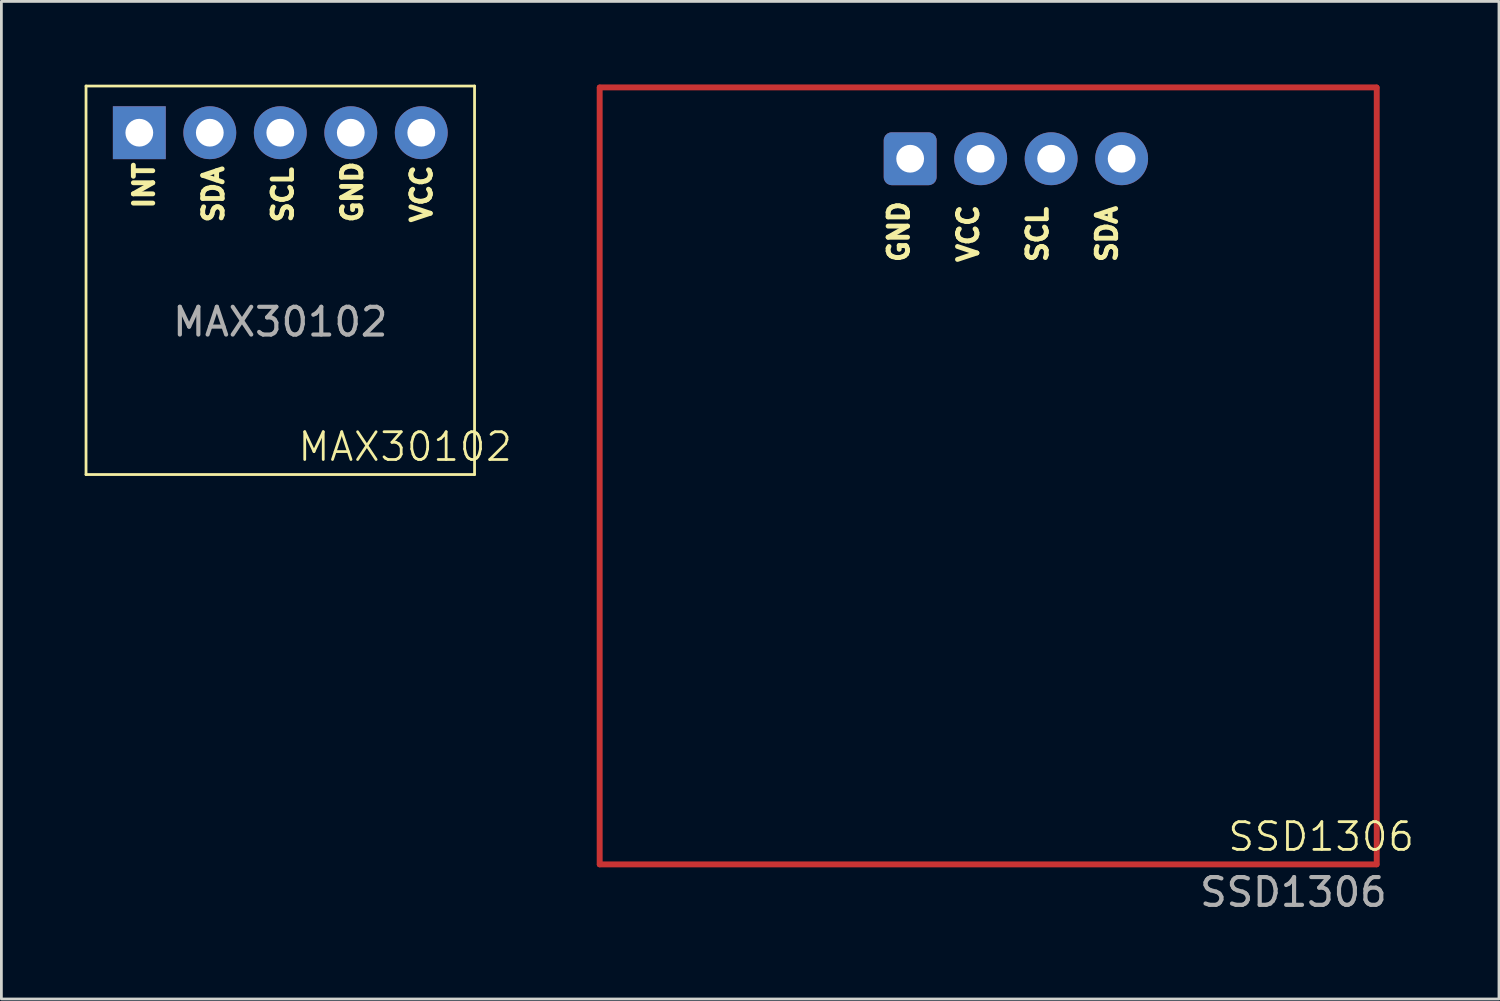
<source format=kicad_pcb>
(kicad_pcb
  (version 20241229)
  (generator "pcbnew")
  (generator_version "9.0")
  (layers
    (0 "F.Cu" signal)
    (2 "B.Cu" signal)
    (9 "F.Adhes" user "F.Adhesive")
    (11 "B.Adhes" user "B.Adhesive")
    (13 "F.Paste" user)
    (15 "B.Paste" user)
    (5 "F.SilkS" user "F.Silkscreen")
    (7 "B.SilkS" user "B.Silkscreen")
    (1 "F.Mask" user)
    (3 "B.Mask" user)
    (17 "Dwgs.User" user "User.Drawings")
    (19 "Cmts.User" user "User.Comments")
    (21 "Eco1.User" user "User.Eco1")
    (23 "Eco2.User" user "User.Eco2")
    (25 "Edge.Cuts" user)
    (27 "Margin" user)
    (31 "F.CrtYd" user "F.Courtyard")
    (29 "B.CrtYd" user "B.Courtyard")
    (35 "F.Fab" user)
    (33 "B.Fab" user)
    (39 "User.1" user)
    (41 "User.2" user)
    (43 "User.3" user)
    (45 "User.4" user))
  (footprint "SSD1306"
    (layer "F.Cu")
    (at 33.557 14.1)
    (property "Reference" "SSD1306" (at 11 13 0) (unlocked yes) (layer "F.SilkS") (effects (font (size 1 1) (thickness 0.1))))
    (attr smd)
    (fp_line (start -15 -14) (end 13 -14) (stroke (width 0.2) (type default)) (layer "F.Cu"))
    (fp_line (start -15 14) (end -15 -14) (stroke (width 0.2) (type default)) (layer "F.Cu"))
    (fp_line (start 13 -14) (end 13 14) (stroke (width 0.2) (type default)) (layer "F.Cu"))
    (fp_line (start 13 14) (end -15 14) (stroke (width 0.2) (type default)) (layer "F.Cu"))
    (fp_rect (start -15 -14) (end 13 14) (stroke (width 0.2) (type default)) (fill no) (layer "F.Cu"))
    (fp_text user "VCC" (at -1.31 -7.62 90) (unlocked yes) (layer "F.SilkS") (effects (font (size 0.7 0.7) (thickness 0.175) (bold yes)) (justify left bottom)))
    (fp_text user "GND" (at -3.81 -7.62 90) (unlocked yes) (layer "F.SilkS") (effects (font (size 0.7 0.7) (thickness 0.175) (bold yes)) (justify left bottom)))
    (fp_text user "SDA" (at 3.69 -7.62 90) (unlocked yes) (layer "F.SilkS") (effects (font (size 0.7 0.7) (thickness 0.175) (bold yes)) (justify left bottom)))
    (fp_text user "SCL" (at 1.19 -7.62 90) (unlocked yes) (layer "F.SilkS") (effects (font (size 0.7 0.7) (thickness 0.175) (bold yes)) (justify left bottom)))
    (fp_text user "${REFERENCE}" (at 10 15 0) (unlocked yes) (layer "F.Fab") (effects (font (size 1 1) (thickness 0.15))))
    (pad "1" thru_hole roundrect (at -3.81 -11.43) (size 1.905 1.905) (drill 1) (layers "*.Cu" "*.Mask") (roundrect_rratio 0.15))
    (pad "2" thru_hole circle (at -1.27 -11.43) (size 1.905 1.905) (drill 1) (layers "*.Cu" "*.Mask"))
    (pad "3" thru_hole circle (at 1.27 -11.43) (size 1.905 1.905) (drill 1) (layers "*.Cu" "*.Mask"))
    (pad "4" thru_hole circle (at 3.81 -11.43) (size 1.905 1.905) (drill 1) (layers "*.Cu" "*.Mask"))
    (zone (net_name "") (layer "F.SilkS") (hatch edge 0.5) (connect_pads) (min_thickness 0.25) (filled_areas_thickness no) (keepout (tracks allowed) (vias allowed) (pads not_allowed) (copperpour allowed) (footprints not_allowed)) (placement (enabled no)) (fill) (polygon (pts (xy 18.557 0.1) (xy 46.557 0.1) (xy 46.557 28.1) (xy 18.557 28.1)))))
  (footprint "MAX30102"
    (layer "F.Cu")
    (at 7.05 6.05)
    (property "Reference" "MAX30102" (at 4.5 7 0) (unlocked yes) (layer "F.SilkS") (effects (font (size 1 1) (thickness 0.1))))
    (attr smd)
    (fp_line (start -7 -6) (end 7 -6) (stroke (width 0.1) (type default)) (layer "F.SilkS"))
    (fp_line (start -7 8) (end -7 -6) (stroke (width 0.1) (type default)) (layer "F.SilkS"))
    (fp_line (start 7 -6) (end 7 8) (stroke (width 0.1) (type default)) (layer "F.SilkS"))
    (fp_line (start 7 8) (end -7 8) (stroke (width 0.1) (type default)) (layer "F.SilkS"))
    (fp_text user "INT" (at -4.5 -1.5 90) (unlocked yes) (layer "F.SilkS") (effects (font (size 0.7 0.7) (thickness 0.175) (bold yes)) (justify left bottom)))
    (fp_text user "SDA" (at -2 -1 90) (unlocked yes) (layer "F.SilkS") (effects (font (size 0.7 0.7) (thickness 0.175) (bold yes)) (justify left bottom)))
    (fp_text user "GND" (at 3 -1 90) (unlocked yes) (layer "F.SilkS") (effects (font (size 0.7 0.7) (thickness 0.175) (bold yes)) (justify left bottom)))
    (fp_text user "VCC" (at 5.5 -1 90) (unlocked yes) (layer "F.SilkS") (effects (font (size 0.7 0.7) (thickness 0.175) (bold yes)) (justify left bottom)))
    (fp_text user "SCL" (at 0.5 -1 90) (unlocked yes) (layer "F.SilkS") (effects (font (size 0.7 0.7) (thickness 0.175) (bold yes)) (justify left bottom)))
    (fp_text user "${REFERENCE}" (at 0 2.5 0) (unlocked yes) (layer "F.Fab") (effects (font (size 1 1) (thickness 0.15))))
    (pad "1" thru_hole rect (at -5.08 -4.318) (size 1.905 1.905) (drill 1) (layers "*.Cu" "*.Mask"))
    (pad "2" thru_hole circle (at -2.54 -4.318) (size 1.905 1.905) (drill 1) (layers "*.Cu" "*.Mask"))
    (pad "3" thru_hole circle (at 0 -4.318) (size 1.905 1.905) (drill 1) (layers "*.Cu" "*.Mask"))
    (pad "4" thru_hole circle (at 2.54 -4.318) (size 1.905 1.905) (drill 1) (layers "*.Cu" "*.Mask"))
    (pad "5" thru_hole circle (at 5.08 -4.318) (size 1.905 1.905) (drill 1) (layers "*.Cu" "*.Mask"))
    (zone (net_name "") (layer "F.SilkS") (hatch edge 0.5) (connect_pads) (min_thickness 0.25) (filled_areas_thickness no) (keepout (tracks allowed) (vias allowed) (pads not_allowed) (copperpour allowed) (footprints not_allowed)) (placement (enabled no)) (fill) (polygon (pts (xy 0.05 0.05) (xy 14.05 0.05) (xy 14.05 14.05) (xy 0.05 14.05)))))
  (gr_rect
    (start -3 -3)
    (end 50.964 32.948)
    (stroke (width 0.1) (type default))
    (fill no)
    (layer "Edge.Cuts")))
</source>
